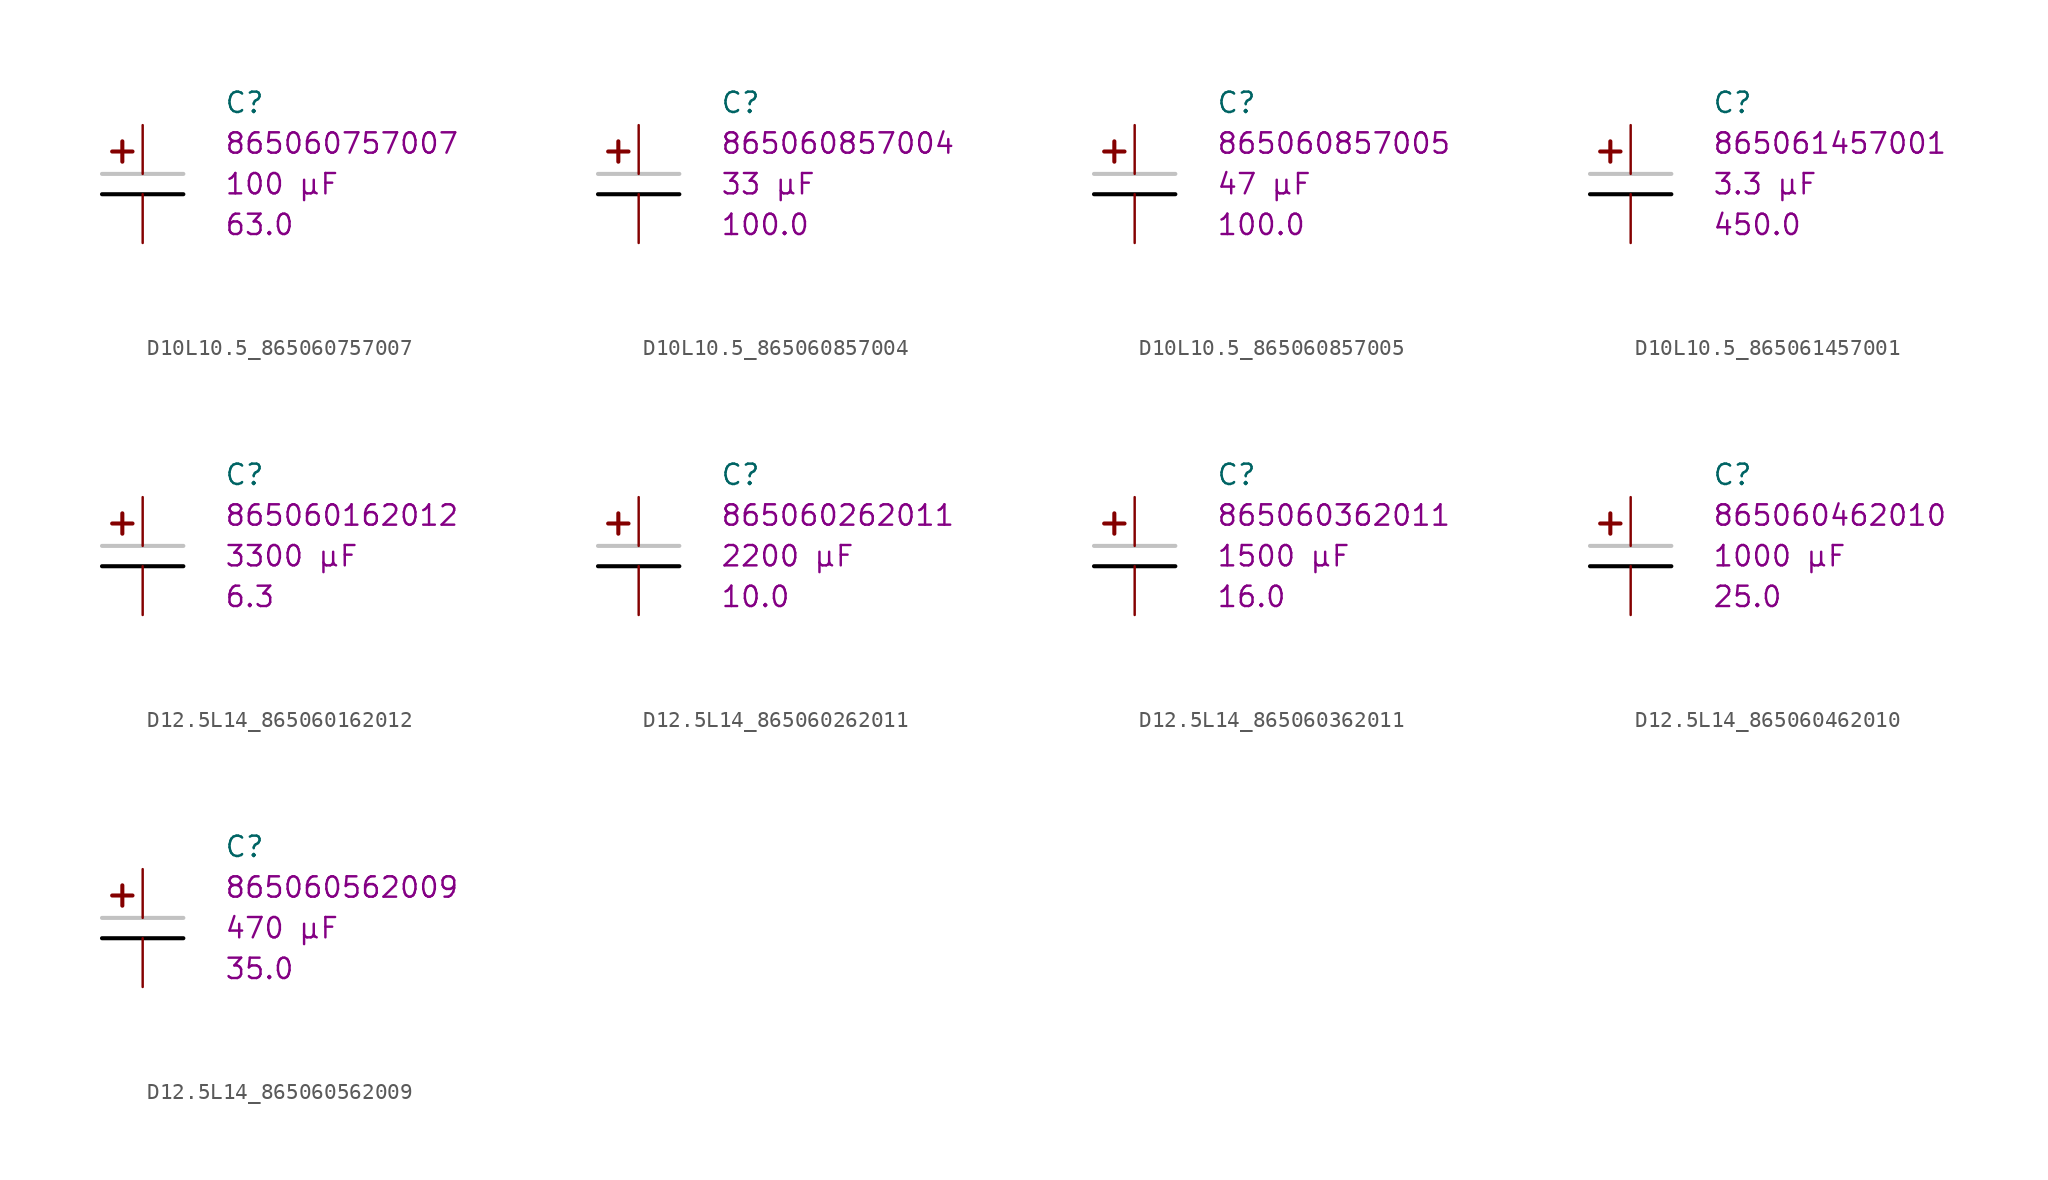
<source format=kicad_sym>
(kicad_symbol_lib
  (version 20220914)
  (generator kicad_symbol_editor)
  (symbol "D10L10.5_865060757007"
    (pin_numbers hide)
    (pin_names hide)
    (property "Reference" "C"
      (at 5.08 5.08 0)
      (effects (font (size 1.27 1.27)) (justify left)))
    (property "Part Number" "865060757007"
      (at 5.08 2.54 0)
      (effects (font (size 1.27 1.27)) (justify left)))
    (property "Capacitance" "100 µF"
      (at 5.08 0 0)
      (effects (font (size 1.27 1.27)) (justify left)))
    (property "Voltage" "63.0"
      (at 5.08 -2.54 0)
      (effects (font (size 1.27 1.27)) (justify left)))
    (property "Critical Parameter" ""
      (at 0 -7.62 0)
      (effects (font (size 1.27 1.27))))
    (symbol "D10L10.5_865060757007_1_1"
      (polyline (pts (xy -1.27 2.667) (xy -1.27 1.397)) (stroke (width 0.254) (type default)) (fill (type none)))
      (polyline (pts (xy -0.635 2.032) (xy -1.905 2.032)) (stroke (width 0.254) (type default)) (fill (type none)))
      (polyline (pts (xy 2.54 -0.635) (xy -2.54 -0.635)) (stroke (width 0.254) (type default) (color 0 0 0 1)) (fill (type none)))
      (polyline (pts (xy 2.54 0.635) (xy -2.54 0.635)) (stroke (width 0.254) (type default) (color 194 194 194 1)) (fill (type none)))
      (pin passive line (at 0 3.679 270) (length 3.044) (name "1" (effects (font (size 1.27 1.27)))) (number "1" (effects (font (size 1.27 1.27)))))
      (pin passive line (at 0 -3.679 90) (length 3.044) (name "2" (effects (font (size 1.27 1.27)))) (number "2" (effects (font (size 1.27 1.27)))))))
  (symbol "D10L10.5_865060857004"
    (pin_numbers hide)
    (pin_names hide)
    (property "Reference" "C"
      (at 5.08 5.08 0)
      (effects (font (size 1.27 1.27)) (justify left)))
    (property "Part Number" "865060857004"
      (at 5.08 2.54 0)
      (effects (font (size 1.27 1.27)) (justify left)))
    (property "Capacitance" "33 µF"
      (at 5.08 0 0)
      (effects (font (size 1.27 1.27)) (justify left)))
    (property "Voltage" "100.0"
      (at 5.08 -2.54 0)
      (effects (font (size 1.27 1.27)) (justify left)))
    (property "Critical Parameter" ""
      (at 0 -7.62 0)
      (effects (font (size 1.27 1.27))))
    (symbol "D10L10.5_865060857004_1_1"
      (polyline (pts (xy -1.27 2.667) (xy -1.27 1.397)) (stroke (width 0.254) (type default)) (fill (type none)))
      (polyline (pts (xy -0.635 2.032) (xy -1.905 2.032)) (stroke (width 0.254) (type default)) (fill (type none)))
      (polyline (pts (xy 2.54 -0.635) (xy -2.54 -0.635)) (stroke (width 0.254) (type default) (color 0 0 0 1)) (fill (type none)))
      (polyline (pts (xy 2.54 0.635) (xy -2.54 0.635)) (stroke (width 0.254) (type default) (color 194 194 194 1)) (fill (type none)))
      (pin passive line (at 0 3.679 270) (length 3.044) (name "1" (effects (font (size 1.27 1.27)))) (number "1" (effects (font (size 1.27 1.27)))))
      (pin passive line (at 0 -3.679 90) (length 3.044) (name "2" (effects (font (size 1.27 1.27)))) (number "2" (effects (font (size 1.27 1.27)))))))
  (symbol "D10L10.5_865060857005"
    (pin_numbers hide)
    (pin_names hide)
    (property "Reference" "C"
      (at 5.08 5.08 0)
      (effects (font (size 1.27 1.27)) (justify left)))
    (property "Part Number" "865060857005"
      (at 5.08 2.54 0)
      (effects (font (size 1.27 1.27)) (justify left)))
    (property "Capacitance" "47 µF"
      (at 5.08 0 0)
      (effects (font (size 1.27 1.27)) (justify left)))
    (property "Voltage" "100.0"
      (at 5.08 -2.54 0)
      (effects (font (size 1.27 1.27)) (justify left)))
    (property "Critical Parameter" ""
      (at 0 -7.62 0)
      (effects (font (size 1.27 1.27))))
    (symbol "D10L10.5_865060857005_1_1"
      (polyline (pts (xy -1.27 2.667) (xy -1.27 1.397)) (stroke (width 0.254) (type default)) (fill (type none)))
      (polyline (pts (xy -0.635 2.032) (xy -1.905 2.032)) (stroke (width 0.254) (type default)) (fill (type none)))
      (polyline (pts (xy 2.54 -0.635) (xy -2.54 -0.635)) (stroke (width 0.254) (type default) (color 0 0 0 1)) (fill (type none)))
      (polyline (pts (xy 2.54 0.635) (xy -2.54 0.635)) (stroke (width 0.254) (type default) (color 194 194 194 1)) (fill (type none)))
      (pin passive line (at 0 3.679 270) (length 3.044) (name "1" (effects (font (size 1.27 1.27)))) (number "1" (effects (font (size 1.27 1.27)))))
      (pin passive line (at 0 -3.679 90) (length 3.044) (name "2" (effects (font (size 1.27 1.27)))) (number "2" (effects (font (size 1.27 1.27)))))))
  (symbol "D10L10.5_865061457001"
    (pin_numbers hide)
    (pin_names hide)
    (property "Reference" "C"
      (at 5.08 5.08 0)
      (effects (font (size 1.27 1.27)) (justify left)))
    (property "Part Number" "865061457001"
      (at 5.08 2.54 0)
      (effects (font (size 1.27 1.27)) (justify left)))
    (property "Capacitance" "3.3 µF"
      (at 5.08 0 0)
      (effects (font (size 1.27 1.27)) (justify left)))
    (property "Voltage" "450.0"
      (at 5.08 -2.54 0)
      (effects (font (size 1.27 1.27)) (justify left)))
    (property "Critical Parameter" ""
      (at 0 -7.62 0)
      (effects (font (size 1.27 1.27))))
    (symbol "D10L10.5_865061457001_1_1"
      (polyline (pts (xy -1.27 2.667) (xy -1.27 1.397)) (stroke (width 0.254) (type default)) (fill (type none)))
      (polyline (pts (xy -0.635 2.032) (xy -1.905 2.032)) (stroke (width 0.254) (type default)) (fill (type none)))
      (polyline (pts (xy 2.54 -0.635) (xy -2.54 -0.635)) (stroke (width 0.254) (type default) (color 0 0 0 1)) (fill (type none)))
      (polyline (pts (xy 2.54 0.635) (xy -2.54 0.635)) (stroke (width 0.254) (type default) (color 194 194 194 1)) (fill (type none)))
      (pin passive line (at 0 3.679 270) (length 3.044) (name "1" (effects (font (size 1.27 1.27)))) (number "1" (effects (font (size 1.27 1.27)))))
      (pin passive line (at 0 -3.679 90) (length 3.044) (name "2" (effects (font (size 1.27 1.27)))) (number "2" (effects (font (size 1.27 1.27)))))))
  (symbol "D12.5L14_865060162012"
    (pin_numbers hide)
    (pin_names hide)
    (property "Reference" "C"
      (at 5.08 5.08 0)
      (effects (font (size 1.27 1.27)) (justify left)))
    (property "Part Number" "865060162012"
      (at 5.08 2.54 0)
      (effects (font (size 1.27 1.27)) (justify left)))
    (property "Capacitance" "3300 µF"
      (at 5.08 0 0)
      (effects (font (size 1.27 1.27)) (justify left)))
    (property "Voltage" "6.3"
      (at 5.08 -2.54 0)
      (effects (font (size 1.27 1.27)) (justify left)))
    (property "Critical Parameter" ""
      (at 0 -7.62 0)
      (effects (font (size 1.27 1.27))))
    (symbol "D12.5L14_865060162012_1_1"
      (polyline (pts (xy -1.27 2.667) (xy -1.27 1.397)) (stroke (width 0.254) (type default)) (fill (type none)))
      (polyline (pts (xy -0.635 2.032) (xy -1.905 2.032)) (stroke (width 0.254) (type default)) (fill (type none)))
      (polyline (pts (xy 2.54 -0.635) (xy -2.54 -0.635)) (stroke (width 0.254) (type default) (color 0 0 0 1)) (fill (type none)))
      (polyline (pts (xy 2.54 0.635) (xy -2.54 0.635)) (stroke (width 0.254) (type default) (color 194 194 194 1)) (fill (type none)))
      (pin passive line (at 0 3.679 270) (length 3.044) (name "1" (effects (font (size 1.27 1.27)))) (number "1" (effects (font (size 1.27 1.27)))))
      (pin passive line (at 0 -3.679 90) (length 3.044) (name "2" (effects (font (size 1.27 1.27)))) (number "2" (effects (font (size 1.27 1.27)))))))
  (symbol "D12.5L14_865060262011"
    (pin_numbers hide)
    (pin_names hide)
    (property "Reference" "C"
      (at 5.08 5.08 0)
      (effects (font (size 1.27 1.27)) (justify left)))
    (property "Part Number" "865060262011"
      (at 5.08 2.54 0)
      (effects (font (size 1.27 1.27)) (justify left)))
    (property "Capacitance" "2200 µF"
      (at 5.08 0 0)
      (effects (font (size 1.27 1.27)) (justify left)))
    (property "Voltage" "10.0"
      (at 5.08 -2.54 0)
      (effects (font (size 1.27 1.27)) (justify left)))
    (property "Critical Parameter" ""
      (at 0 -7.62 0)
      (effects (font (size 1.27 1.27))))
    (symbol "D12.5L14_865060262011_1_1"
      (polyline (pts (xy -1.27 2.667) (xy -1.27 1.397)) (stroke (width 0.254) (type default)) (fill (type none)))
      (polyline (pts (xy -0.635 2.032) (xy -1.905 2.032)) (stroke (width 0.254) (type default)) (fill (type none)))
      (polyline (pts (xy 2.54 -0.635) (xy -2.54 -0.635)) (stroke (width 0.254) (type default) (color 0 0 0 1)) (fill (type none)))
      (polyline (pts (xy 2.54 0.635) (xy -2.54 0.635)) (stroke (width 0.254) (type default) (color 194 194 194 1)) (fill (type none)))
      (pin passive line (at 0 3.679 270) (length 3.044) (name "1" (effects (font (size 1.27 1.27)))) (number "1" (effects (font (size 1.27 1.27)))))
      (pin passive line (at 0 -3.679 90) (length 3.044) (name "2" (effects (font (size 1.27 1.27)))) (number "2" (effects (font (size 1.27 1.27)))))))
  (symbol "D12.5L14_865060362011"
    (pin_numbers hide)
    (pin_names hide)
    (property "Reference" "C"
      (at 5.08 5.08 0)
      (effects (font (size 1.27 1.27)) (justify left)))
    (property "Part Number" "865060362011"
      (at 5.08 2.54 0)
      (effects (font (size 1.27 1.27)) (justify left)))
    (property "Capacitance" "1500 µF"
      (at 5.08 0 0)
      (effects (font (size 1.27 1.27)) (justify left)))
    (property "Voltage" "16.0"
      (at 5.08 -2.54 0)
      (effects (font (size 1.27 1.27)) (justify left)))
    (property "Critical Parameter" ""
      (at 0 -7.62 0)
      (effects (font (size 1.27 1.27))))
    (symbol "D12.5L14_865060362011_1_1"
      (polyline (pts (xy -1.27 2.667) (xy -1.27 1.397)) (stroke (width 0.254) (type default)) (fill (type none)))
      (polyline (pts (xy -0.635 2.032) (xy -1.905 2.032)) (stroke (width 0.254) (type default)) (fill (type none)))
      (polyline (pts (xy 2.54 -0.635) (xy -2.54 -0.635)) (stroke (width 0.254) (type default) (color 0 0 0 1)) (fill (type none)))
      (polyline (pts (xy 2.54 0.635) (xy -2.54 0.635)) (stroke (width 0.254) (type default) (color 194 194 194 1)) (fill (type none)))
      (pin passive line (at 0 3.679 270) (length 3.044) (name "1" (effects (font (size 1.27 1.27)))) (number "1" (effects (font (size 1.27 1.27)))))
      (pin passive line (at 0 -3.679 90) (length 3.044) (name "2" (effects (font (size 1.27 1.27)))) (number "2" (effects (font (size 1.27 1.27)))))))
  (symbol "D12.5L14_865060462010"
    (pin_numbers hide)
    (pin_names hide)
    (property "Reference" "C"
      (at 5.08 5.08 0)
      (effects (font (size 1.27 1.27)) (justify left)))
    (property "Part Number" "865060462010"
      (at 5.08 2.54 0)
      (effects (font (size 1.27 1.27)) (justify left)))
    (property "Capacitance" "1000 µF"
      (at 5.08 0 0)
      (effects (font (size 1.27 1.27)) (justify left)))
    (property "Voltage" "25.0"
      (at 5.08 -2.54 0)
      (effects (font (size 1.27 1.27)) (justify left)))
    (property "Critical Parameter" ""
      (at 0 -7.62 0)
      (effects (font (size 1.27 1.27))))
    (symbol "D12.5L14_865060462010_1_1"
      (polyline (pts (xy -1.27 2.667) (xy -1.27 1.397)) (stroke (width 0.254) (type default)) (fill (type none)))
      (polyline (pts (xy -0.635 2.032) (xy -1.905 2.032)) (stroke (width 0.254) (type default)) (fill (type none)))
      (polyline (pts (xy 2.54 -0.635) (xy -2.54 -0.635)) (stroke (width 0.254) (type default) (color 0 0 0 1)) (fill (type none)))
      (polyline (pts (xy 2.54 0.635) (xy -2.54 0.635)) (stroke (width 0.254) (type default) (color 194 194 194 1)) (fill (type none)))
      (pin passive line (at 0 3.679 270) (length 3.044) (name "1" (effects (font (size 1.27 1.27)))) (number "1" (effects (font (size 1.27 1.27)))))
      (pin passive line (at 0 -3.679 90) (length 3.044) (name "2" (effects (font (size 1.27 1.27)))) (number "2" (effects (font (size 1.27 1.27)))))))
  (symbol "D12.5L14_865060562009"
    (pin_numbers hide)
    (pin_names hide)
    (property "Reference" "C"
      (at 5.08 5.08 0)
      (effects (font (size 1.27 1.27)) (justify left)))
    (property "Part Number" "865060562009"
      (at 5.08 2.54 0)
      (effects (font (size 1.27 1.27)) (justify left)))
    (property "Capacitance" "470 µF"
      (at 5.08 0 0)
      (effects (font (size 1.27 1.27)) (justify left)))
    (property "Voltage" "35.0"
      (at 5.08 -2.54 0)
      (effects (font (size 1.27 1.27)) (justify left)))
    (property "Critical Parameter" ""
      (at 0 -7.62 0)
      (effects (font (size 1.27 1.27))))
    (symbol "D12.5L14_865060562009_1_1"
      (polyline (pts (xy -1.27 2.667) (xy -1.27 1.397)) (stroke (width 0.254) (type default)) (fill (type none)))
      (polyline (pts (xy -0.635 2.032) (xy -1.905 2.032)) (stroke (width 0.254) (type default)) (fill (type none)))
      (polyline (pts (xy 2.54 -0.635) (xy -2.54 -0.635)) (stroke (width 0.254) (type default) (color 0 0 0 1)) (fill (type none)))
      (polyline (pts (xy 2.54 0.635) (xy -2.54 0.635)) (stroke (width 0.254) (type default) (color 194 194 194 1)) (fill (type none)))
      (pin passive line (at 0 3.679 270) (length 3.044) (name "1" (effects (font (size 1.27 1.27)))) (number "1" (effects (font (size 1.27 1.27)))))
      (pin passive line (at 0 -3.679 90) (length 3.044) (name "2" (effects (font (size 1.27 1.27)))) (number "2" (effects (font (size 1.27 1.27))))))))
</source>
